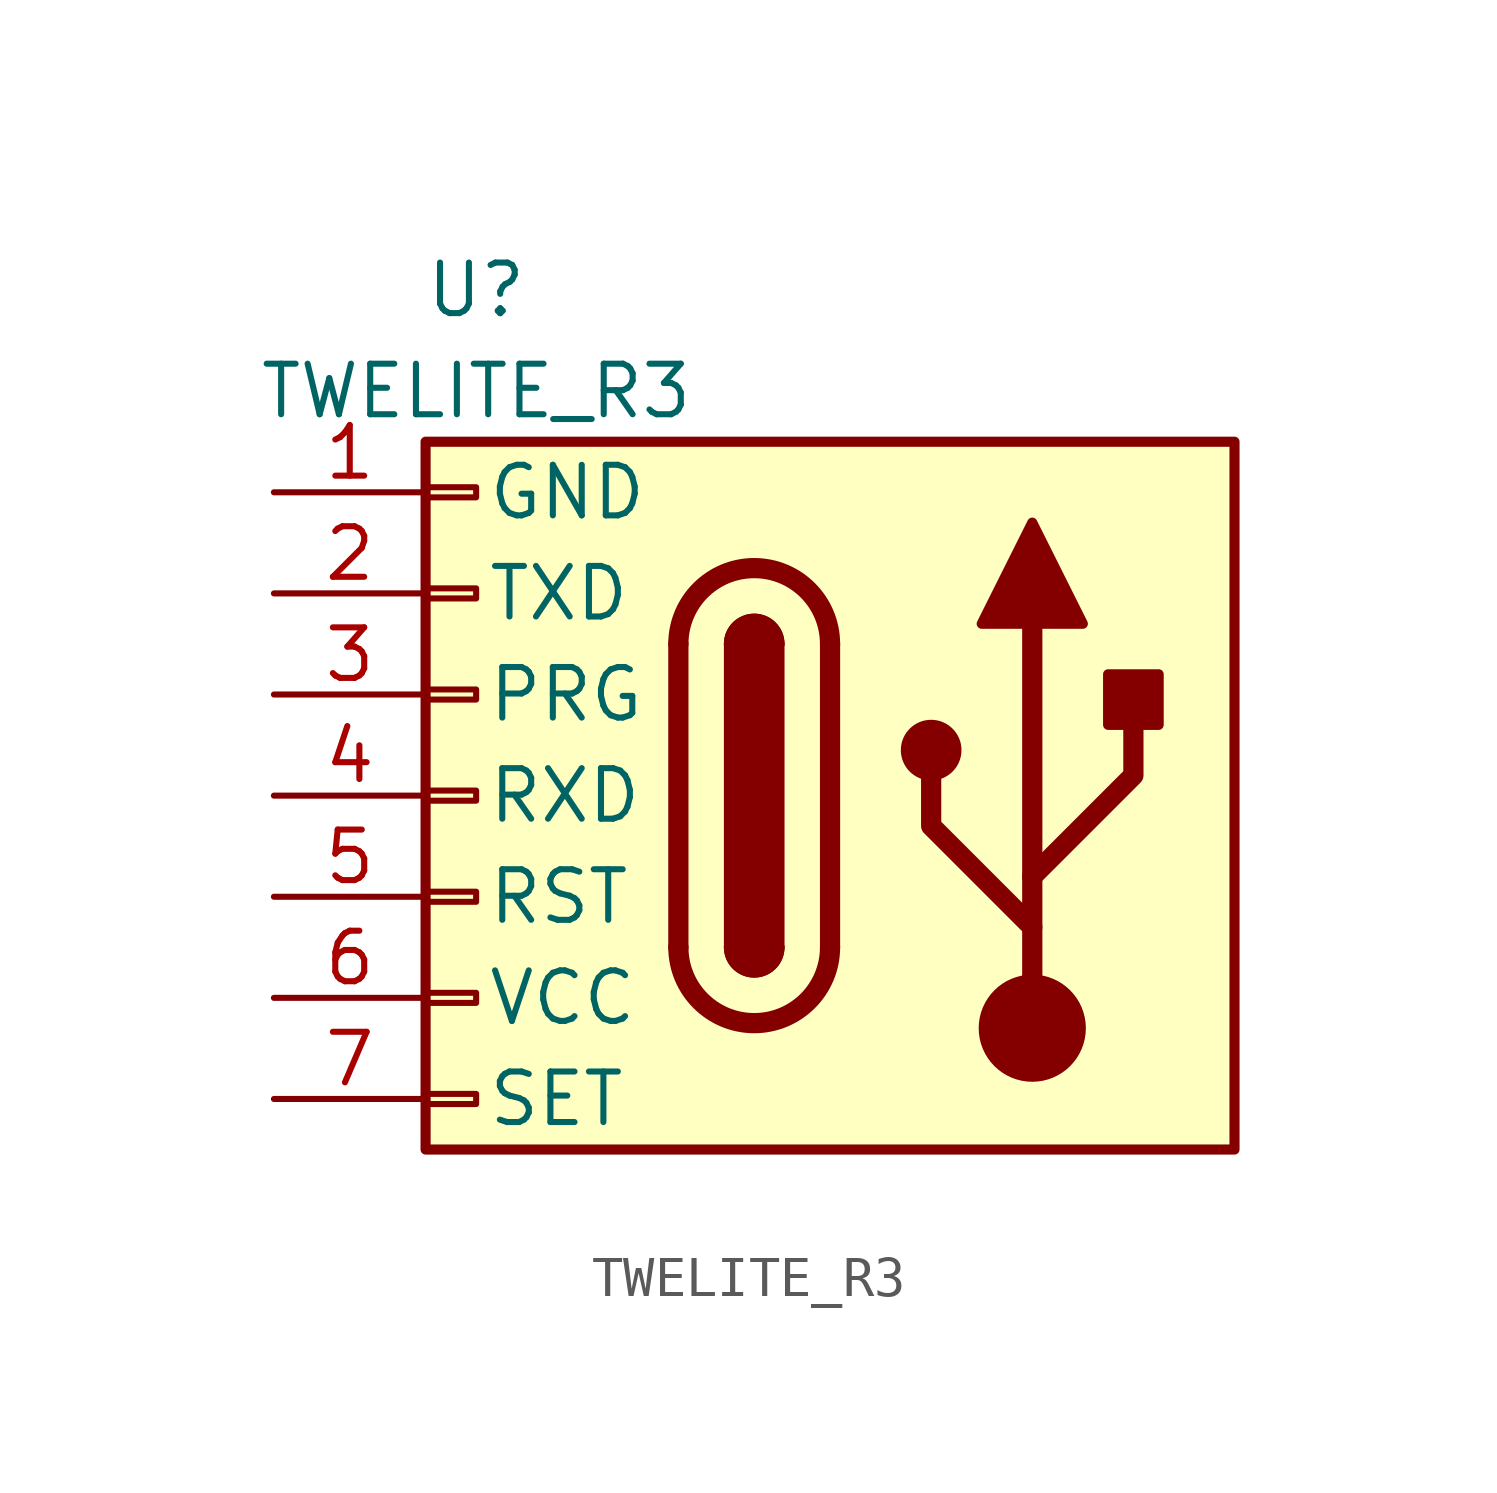
<source format=kicad_sym>
(kicad_symbol_lib
  (version 20211014)
  (generator kicad_symbol_editor)
  (symbol "TWELITE_R3"
    (pin_names
      (offset 1.524))
    (property "Reference" "U"
      (at 0 12.7 0)
      (effects (font (size 1.27 1.27))))
    (property "Value" "TWELITE_R3"
      (at 0 10.16 0)
      (effects (font (size 1.27 1.27))))
    (symbol "TWELITE_R3_0_1"
      (polyline (pts (xy 5.08 -3.81) (xy 5.08 3.81)) (stroke (width 0.508) (type default) (color 0 0 0 0)) (fill (type none)))
      (polyline (pts (xy 8.89 3.81) (xy 8.89 -3.81)) (stroke (width 0.508) (type default) (color 0 0 0 0)) (fill (type none)))
      (polyline (pts (xy 13.97 -5.842) (xy 13.97 4.318)) (stroke (width 0.508) (type default) (color 0 0 0 0)) (fill (type none)))
      (polyline (pts (xy 13.97 -3.302) (xy 11.43 -0.762) (xy 11.43 0.508)) (stroke (width 0.508) (type default) (color 0 0 0 0)) (fill (type none)))
      (polyline (pts (xy 13.97 -2.032) (xy 16.51 0.508) (xy 16.51 1.778)) (stroke (width 0.508) (type default) (color 0 0 0 0)) (fill (type none)))
      (polyline (pts (xy 12.7 4.318) (xy 13.97 6.858) (xy 15.24 4.318) (xy 12.7 4.318)) (stroke (width 0.254) (type default) (color 0 0 0 0)) (fill (type outline)))
      (arc (start 5.08 -3.81) (mid 6.985 -5.715) (end 8.89 -3.81) (stroke (width 0.508) (type default) (color 0 0 0 0)) (fill (type none)))
      (arc (start 6.35 -3.81) (mid 6.985 -4.445) (end 7.62 -3.81) (stroke (width 0.254) (type default) (color 0 0 0 0)) (fill (type none)))
      (arc (start 6.35 -3.81) (mid 6.985 -4.445) (end 7.62 -3.81) (stroke (width 0.254) (type default) (color 0 0 0 0)) (fill (type outline)))
      (rectangle (start 6.35 -3.81) (end 7.62 3.81) (stroke (width 0.254) (type default) (color 0 0 0 0)) (fill (type outline)))
      (arc (start 7.62 3.81) (mid 6.985 4.445) (end 6.35 3.81) (stroke (width 0.254) (type default) (color 0 0 0 0)) (fill (type none)))
      (arc (start 7.62 3.81) (mid 6.985 4.445) (end 6.35 3.81) (stroke (width 0.254) (type default) (color 0 0 0 0)) (fill (type outline)))
      (arc (start 8.89 3.81) (mid 6.985 5.715) (end 5.08 3.81) (stroke (width 0.508) (type default) (color 0 0 0 0)) (fill (type none)))
      (circle (center 11.43 1.143) (radius 0.635) (stroke (width 0.254) (type default) (color 0 0 0 0)) (fill (type outline)))
      (circle (center 13.97 -5.842) (radius 1.27) (stroke (width 0) (type default) (color 0 0 0 0)) (fill (type outline)))
      (rectangle (start 15.875 1.778) (end 17.145 3.048) (stroke (width 0.254) (type default) (color 0 0 0 0)) (fill (type outline))))
    (symbol "TWELITE_R3_1_1"
      (rectangle (start -1.27 -7.493) (end 0 -7.747) (stroke (width 0.152) (type default) (color 0 0 0 0)) (fill (type none)))
      (rectangle (start -1.27 -4.953) (end 0 -5.207) (stroke (width 0.152) (type default) (color 0 0 0 0)) (fill (type none)))
      (rectangle (start -1.27 -2.413) (end 0 -2.667) (stroke (width 0.152) (type default) (color 0 0 0 0)) (fill (type none)))
      (rectangle (start -1.27 0.127) (end 0 -0.127) (stroke (width 0.152) (type default) (color 0 0 0 0)) (fill (type none)))
      (rectangle (start -1.27 2.667) (end 0 2.413) (stroke (width 0.152) (type default) (color 0 0 0 0)) (fill (type none)))
      (rectangle (start -1.27 5.207) (end 0 4.953) (stroke (width 0.152) (type default) (color 0 0 0 0)) (fill (type none)))
      (rectangle (start -1.27 7.747) (end 0 7.493) (stroke (width 0.152) (type default) (color 0 0 0 0)) (fill (type none)))
      (rectangle (start -1.27 8.89) (end 19.05 -8.89) (stroke (width 0.254) (type default) (color 0 0 0 0)) (fill (type background)))
      (pin passive line (at -5.08 7.62 0) (length 3.81) (name "GND" (effects (font (size 1.27 1.27)))) (number "1" (effects (font (size 1.27 1.27)))))
      (pin passive line (at -5.08 5.08 0) (length 3.81) (name "TXD" (effects (font (size 1.27 1.27)))) (number "2" (effects (font (size 1.27 1.27)))))
      (pin passive line (at -5.08 2.54 0) (length 3.81) (name "PRG" (effects (font (size 1.27 1.27)))) (number "3" (effects (font (size 1.27 1.27)))))
      (pin passive line (at -5.08 0 0) (length 3.81) (name "RXD" (effects (font (size 1.27 1.27)))) (number "4" (effects (font (size 1.27 1.27)))))
      (pin passive line (at -5.08 -2.54 0) (length 3.81) (name "RST" (effects (font (size 1.27 1.27)))) (number "5" (effects (font (size 1.27 1.27)))))
      (pin passive line (at -5.08 -5.08 0) (length 3.81) (name "VCC" (effects (font (size 1.27 1.27)))) (number "6" (effects (font (size 1.27 1.27)))))
      (pin passive line (at -5.08 -7.62 0) (length 3.81) (name "SET" (effects (font (size 1.27 1.27)))) (number "7" (effects (font (size 1.27 1.27))))))))
</source>
